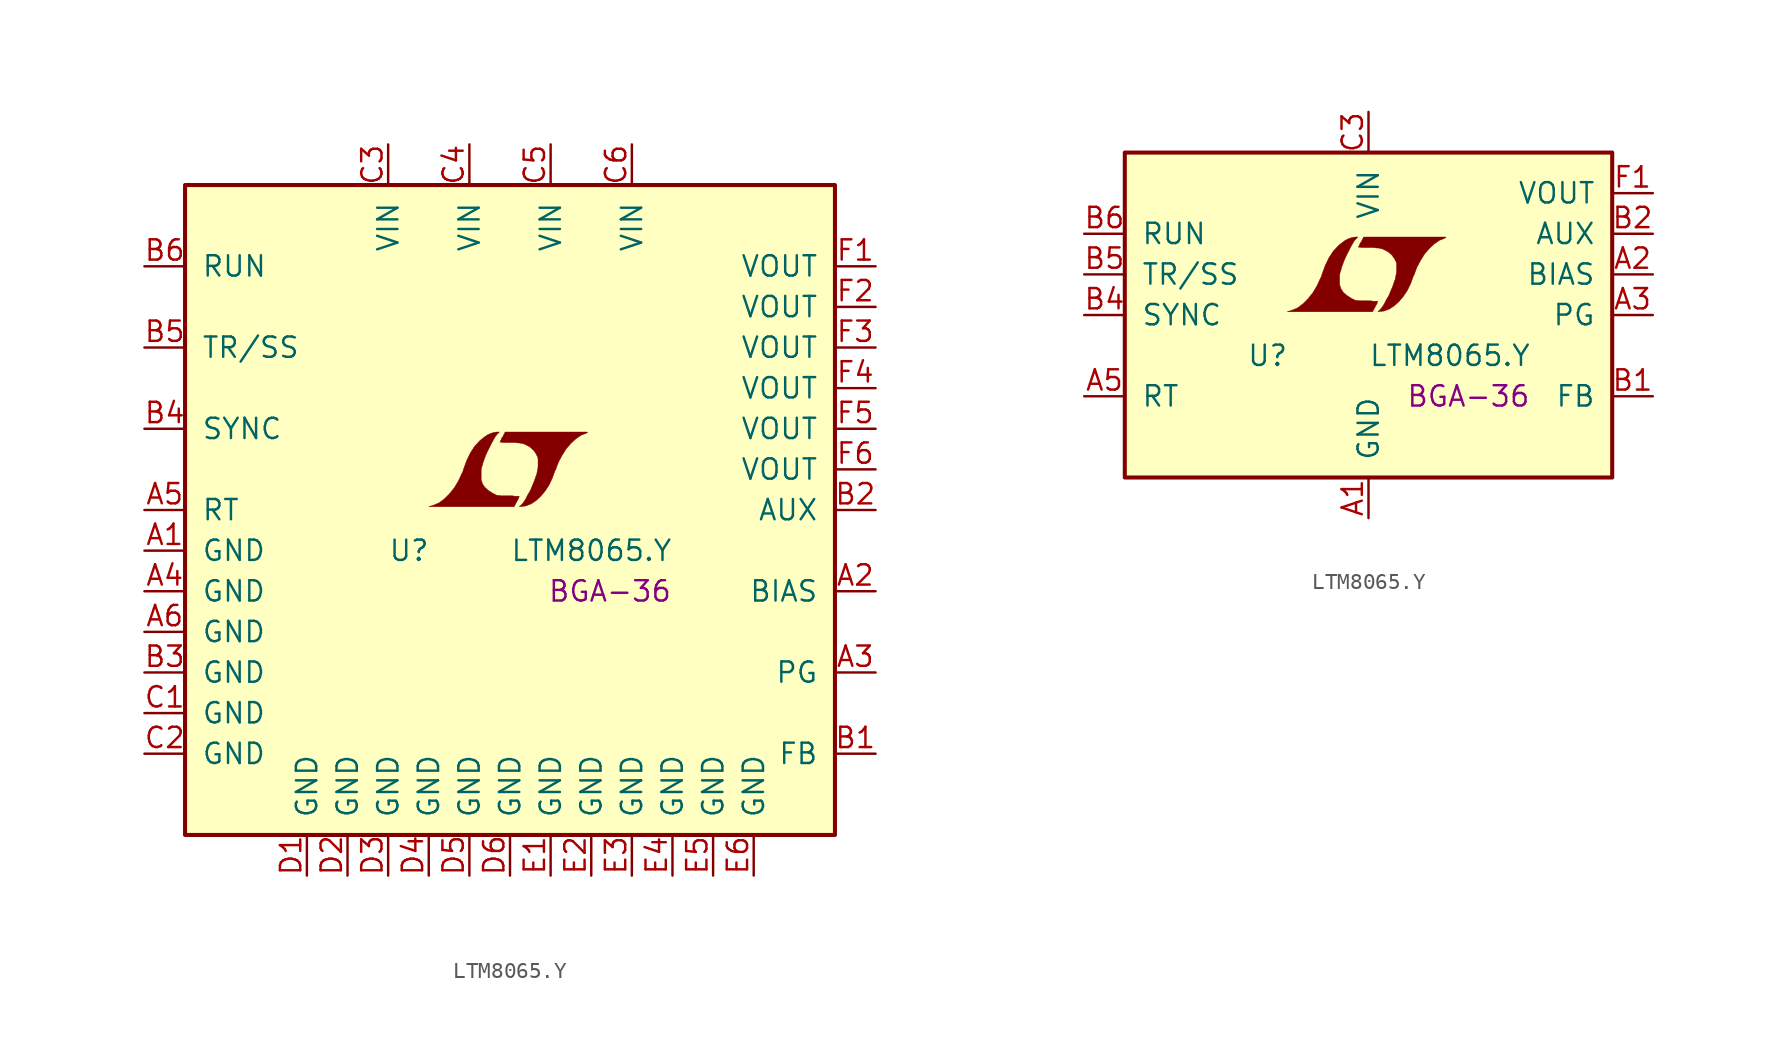
<source format=kicad_sym>
(kicad_symbol_lib
  (version 20201005)
  (generator kicad_symbol_editor)
  (symbol "LTM8065.Y"
    (pin_names
      (offset 1.016))
    (property "Reference" "U"
      (at -7.62 -2.54 0)
      (effects (font (size 1.27 1.27)) (justify left)))
    (property "Value" "LTM8065.Y"
      (at 0 -2.54 0)
      (effects (font (size 1.27 1.27)) (justify left)))
    (property "Footprint" "BGA-36"
      (at 10.16 -5.08 0)
      (effects (font (size 1.27 1.27)) (justify right)))
    (symbol "LTM8065.Y_0_0"
      (polyline (pts (xy 0.432 0.533) (xy 0.457 0.584) (xy 0.533 0.711) (xy 0.559 0.813) (xy 0.584 0.864) (xy 0.305 0.864) (xy 0.127 0.889) (xy -0.559 0.889) (xy -0.686 0.914) (xy -0.787 0.914) (xy -0.864 0.94) (xy -1.067 1.041) (xy -1.346 1.219) (xy -1.575 1.422) (xy -1.727 1.651) (xy -1.753 1.753) (xy -1.803 1.88) (xy -1.803 2.489) (xy -1.778 2.642) (xy -1.727 2.794) (xy -1.676 2.997) (xy -1.626 3.124) (xy -1.524 3.404) (xy -1.397 3.683) (xy -1.143 4.191) (xy -1.016 4.42) (xy -0.914 4.597) (xy -0.813 4.724) (xy -0.66 4.877) (xy -0.838 4.877) (xy -1.016 4.851) (xy -1.245 4.775) (xy -1.448 4.674) (xy -1.626 4.547) (xy -1.88 4.343) (xy -2.21 3.988) (xy -2.489 3.556) (xy -2.718 3.073) (xy -2.921 2.515) (xy -2.946 2.413) (xy -3.048 2.21) (xy -3.15 1.981) (xy -3.251 1.778) (xy -3.48 1.397) (xy -3.785 1.016) (xy -4.089 0.711) (xy -4.42 0.457) (xy -4.775 0.305) (xy -5.08 0.203) (xy 0.254 0.203) (xy 0.432 0.533)) (stroke (width 0.025)) (fill (type outline)))
      (polyline (pts (xy 0.813 0.229) (xy 0.991 0.254) (xy 1.321 0.381) (xy 1.626 0.584) (xy 1.905 0.838) (xy 2.184 1.168) (xy 2.438 1.549) (xy 2.642 1.981) (xy 2.819 2.464) (xy 2.845 2.489) (xy 3.023 2.972) (xy 3.251 3.404) (xy 3.505 3.81) (xy 3.81 4.166) (xy 4.115 4.445) (xy 4.445 4.674) (xy 4.775 4.801) (xy 4.775 4.826) (xy 4.826 4.826) (xy 4.851 4.851) (xy 4.826 4.877) (xy -0.305 4.877) (xy -0.457 4.572) (xy -0.508 4.521) (xy -0.559 4.394) (xy -0.635 4.242) (xy -0.559 4.242) (xy -0.432 4.216) (xy 0.305 4.216) (xy 0.483 4.191) (xy 0.61 4.191) (xy 0.711 4.166) (xy 0.838 4.14) (xy 0.965 4.089) (xy 1.245 3.937) (xy 1.473 3.734) (xy 1.651 3.48) (xy 1.676 3.404) (xy 1.727 3.327) (xy 1.753 3.2) (xy 1.753 2.692) (xy 1.727 2.54) (xy 1.702 2.413) (xy 1.676 2.261) (xy 1.6 2.057) (xy 1.524 1.829) (xy 1.27 1.219) (xy 1.118 0.965) (xy 0.991 0.711) (xy 0.864 0.508) (xy 0.762 0.381) (xy 0.584 0.203) (xy 0.813 0.229)) (stroke (width 0.025)) (fill (type outline))))
    (symbol "LTM8065.Y_0_1"
      (rectangle (start -20.32 20.32) (end 20.32 -20.32) (stroke (width 0.254)) (fill (type background))))
    (symbol "LTM8065.Y_0_2"
      (rectangle (start -15.24 10.16) (end 15.24 -10.16) (stroke (width 0.254)) (fill (type background))))
    (symbol "LTM8065.Y_1_1"
      (pin power_in line (at -22.86 -2.54 0) (length 2.54) (name "GND" (effects (font (size 1.27 1.27)))) (number "A1" (effects (font (size 1.27 1.27)))))
      (pin input line (at 22.86 -5.08 180) (length 2.54) (name "BIAS" (effects (font (size 1.27 1.27)))) (number "A2" (effects (font (size 1.27 1.27)))))
      (pin open_collector line (at 22.86 -10.16 180) (length 2.54) (name "PG" (effects (font (size 1.27 1.27)))) (number "A3" (effects (font (size 1.27 1.27)))))
      (pin power_in line (at -22.86 -5.08 0) (length 2.54) (name "GND" (effects (font (size 1.27 1.27)))) (number "A4" (effects (font (size 1.27 1.27)))))
      (pin passive line (at -22.86 0 0) (length 2.54) (name "RT" (effects (font (size 1.27 1.27)))) (number "A5" (effects (font (size 1.27 1.27)))))
      (pin power_in line (at -22.86 -7.62 0) (length 2.54) (name "GND" (effects (font (size 1.27 1.27)))) (number "A6" (effects (font (size 1.27 1.27)))))
      (pin passive line (at 22.86 -15.24 180) (length 2.54) (name "FB" (effects (font (size 1.27 1.27)))) (number "B1" (effects (font (size 1.27 1.27)))))
      (pin passive line (at 22.86 0 180) (length 2.54) (name "AUX" (effects (font (size 1.27 1.27)))) (number "B2" (effects (font (size 1.27 1.27)))))
      (pin power_in line (at -22.86 -10.16 0) (length 2.54) (name "GND" (effects (font (size 1.27 1.27)))) (number "B3" (effects (font (size 1.27 1.27)))))
      (pin input line (at -22.86 5.08 0) (length 2.54) (name "SYNC" (effects (font (size 1.27 1.27)))) (number "B4" (effects (font (size 1.27 1.27)))))
      (pin passive line (at -22.86 10.16 0) (length 2.54) (name "TR/SS" (effects (font (size 1.27 1.27)))) (number "B5" (effects (font (size 1.27 1.27)))))
      (pin input line (at -22.86 15.24 0) (length 2.54) (name "RUN" (effects (font (size 1.27 1.27)))) (number "B6" (effects (font (size 1.27 1.27)))))
      (pin power_in line (at -22.86 -12.7 0) (length 2.54) (name "GND" (effects (font (size 1.27 1.27)))) (number "C1" (effects (font (size 1.27 1.27)))))
      (pin power_in line (at -22.86 -15.24 0) (length 2.54) (name "GND" (effects (font (size 1.27 1.27)))) (number "C2" (effects (font (size 1.27 1.27)))))
      (pin power_in line (at -7.62 22.86 270) (length 2.54) (name "VIN" (effects (font (size 1.27 1.27)))) (number "C3" (effects (font (size 1.27 1.27)))))
      (pin power_in line (at -2.54 22.86 270) (length 2.54) (name "VIN" (effects (font (size 1.27 1.27)))) (number "C4" (effects (font (size 1.27 1.27)))))
      (pin power_in line (at 2.54 22.86 270) (length 2.54) (name "VIN" (effects (font (size 1.27 1.27)))) (number "C5" (effects (font (size 1.27 1.27)))))
      (pin power_in line (at 7.62 22.86 270) (length 2.54) (name "VIN" (effects (font (size 1.27 1.27)))) (number "C6" (effects (font (size 1.27 1.27)))))
      (pin power_in line (at -12.7 -22.86 90) (length 2.54) (name "GND" (effects (font (size 1.27 1.27)))) (number "D1" (effects (font (size 1.27 1.27)))))
      (pin power_in line (at -10.16 -22.86 90) (length 2.54) (name "GND" (effects (font (size 1.27 1.27)))) (number "D2" (effects (font (size 1.27 1.27)))))
      (pin power_in line (at -7.62 -22.86 90) (length 2.54) (name "GND" (effects (font (size 1.27 1.27)))) (number "D3" (effects (font (size 1.27 1.27)))))
      (pin power_in line (at -5.08 -22.86 90) (length 2.54) (name "GND" (effects (font (size 1.27 1.27)))) (number "D4" (effects (font (size 1.27 1.27)))))
      (pin power_in line (at -2.54 -22.86 90) (length 2.54) (name "GND" (effects (font (size 1.27 1.27)))) (number "D5" (effects (font (size 1.27 1.27)))))
      (pin power_in line (at 0 -22.86 90) (length 2.54) (name "GND" (effects (font (size 1.27 1.27)))) (number "D6" (effects (font (size 1.27 1.27)))))
      (pin power_in line (at 2.54 -22.86 90) (length 2.54) (name "GND" (effects (font (size 1.27 1.27)))) (number "E1" (effects (font (size 1.27 1.27)))))
      (pin power_in line (at 5.08 -22.86 90) (length 2.54) (name "GND" (effects (font (size 1.27 1.27)))) (number "E2" (effects (font (size 1.27 1.27)))))
      (pin power_in line (at 7.62 -22.86 90) (length 2.54) (name "GND" (effects (font (size 1.27 1.27)))) (number "E3" (effects (font (size 1.27 1.27)))))
      (pin power_in line (at 10.16 -22.86 90) (length 2.54) (name "GND" (effects (font (size 1.27 1.27)))) (number "E4" (effects (font (size 1.27 1.27)))))
      (pin power_in line (at 12.7 -22.86 90) (length 2.54) (name "GND" (effects (font (size 1.27 1.27)))) (number "E5" (effects (font (size 1.27 1.27)))))
      (pin power_in line (at 15.24 -22.86 90) (length 2.54) (name "GND" (effects (font (size 1.27 1.27)))) (number "E6" (effects (font (size 1.27 1.27)))))
      (pin power_out line (at 22.86 15.24 180) (length 2.54) (name "VOUT" (effects (font (size 1.27 1.27)))) (number "F1" (effects (font (size 1.27 1.27)))))
      (pin passive line (at 22.86 12.7 180) (length 2.54) (name "VOUT" (effects (font (size 1.27 1.27)))) (number "F2" (effects (font (size 1.27 1.27)))))
      (pin passive line (at 22.86 10.16 180) (length 2.54) (name "VOUT" (effects (font (size 1.27 1.27)))) (number "F3" (effects (font (size 1.27 1.27)))))
      (pin passive line (at 22.86 7.62 180) (length 2.54) (name "VOUT" (effects (font (size 1.27 1.27)))) (number "F4" (effects (font (size 1.27 1.27)))))
      (pin passive line (at 22.86 5.08 180) (length 2.54) (name "VOUT" (effects (font (size 1.27 1.27)))) (number "F5" (effects (font (size 1.27 1.27)))))
      (pin passive line (at 22.86 2.54 180) (length 2.54) (name "VOUT" (effects (font (size 1.27 1.27)))) (number "F6" (effects (font (size 1.27 1.27))))))
    (symbol "LTM8065.Y_1_2"
      (pin power_in line (at 0 -12.7 90) (length 2.54) (name "GND" (effects (font (size 1.27 1.27)))) (number "A1" (effects (font (size 1.27 1.27)))))
      (pin input line (at 17.78 2.54 180) (length 2.54) (name "BIAS" (effects (font (size 1.27 1.27)))) (number "A2" (effects (font (size 1.27 1.27)))))
      (pin open_collector line (at 17.78 0 180) (length 2.54) (name "PG" (effects (font (size 1.27 1.27)))) (number "A3" (effects (font (size 1.27 1.27)))))
      (pin passive line (at 0 -12.7 90) (length 2.54) hide (name "GND" (effects (font (size 1.27 1.27)))) (number "A4" (effects (font (size 1.27 1.27)))))
      (pin passive line (at -17.78 -5.08 0) (length 2.54) (name "RT" (effects (font (size 1.27 1.27)))) (number "A5" (effects (font (size 1.27 1.27)))))
      (pin passive line (at 0 -12.7 90) (length 2.54) hide (name "GND" (effects (font (size 1.27 1.27)))) (number "A6" (effects (font (size 1.27 1.27)))))
      (pin passive line (at 17.78 -5.08 180) (length 2.54) (name "FB" (effects (font (size 1.27 1.27)))) (number "B1" (effects (font (size 1.27 1.27)))))
      (pin passive line (at 17.78 5.08 180) (length 2.54) (name "AUX" (effects (font (size 1.27 1.27)))) (number "B2" (effects (font (size 1.27 1.27)))))
      (pin passive line (at 0 -12.7 90) (length 2.54) hide (name "GND" (effects (font (size 1.27 1.27)))) (number "B3" (effects (font (size 1.27 1.27)))))
      (pin input line (at -17.78 0 0) (length 2.54) (name "SYNC" (effects (font (size 1.27 1.27)))) (number "B4" (effects (font (size 1.27 1.27)))))
      (pin passive line (at -17.78 2.54 0) (length 2.54) (name "TR/SS" (effects (font (size 1.27 1.27)))) (number "B5" (effects (font (size 1.27 1.27)))))
      (pin input line (at -17.78 5.08 0) (length 2.54) (name "RUN" (effects (font (size 1.27 1.27)))) (number "B6" (effects (font (size 1.27 1.27)))))
      (pin passive line (at 0 -12.7 90) (length 2.54) hide (name "GND" (effects (font (size 1.27 1.27)))) (number "C1" (effects (font (size 1.27 1.27)))))
      (pin passive line (at 0 -12.7 90) (length 2.54) hide (name "GND" (effects (font (size 1.27 1.27)))) (number "C2" (effects (font (size 1.27 1.27)))))
      (pin power_in line (at 0 12.7 270) (length 2.54) (name "VIN" (effects (font (size 1.27 1.27)))) (number "C3" (effects (font (size 1.27 1.27)))))
      (pin passive line (at 0 12.7 270) (length 2.54) hide (name "VIN" (effects (font (size 1.27 1.27)))) (number "C4" (effects (font (size 1.27 1.27)))))
      (pin passive line (at 0 12.7 270) (length 2.54) hide (name "VIN" (effects (font (size 1.27 1.27)))) (number "C5" (effects (font (size 1.27 1.27)))))
      (pin passive line (at 0 12.7 270) (length 2.54) hide (name "VIN" (effects (font (size 1.27 1.27)))) (number "C6" (effects (font (size 1.27 1.27)))))
      (pin passive line (at 0 -12.7 90) (length 2.54) hide (name "GND" (effects (font (size 1.27 1.27)))) (number "D1" (effects (font (size 1.27 1.27)))))
      (pin passive line (at 0 -12.7 90) (length 2.54) hide (name "GND" (effects (font (size 1.27 1.27)))) (number "D2" (effects (font (size 1.27 1.27)))))
      (pin passive line (at 0 -12.7 90) (length 2.54) hide (name "GND" (effects (font (size 1.27 1.27)))) (number "D3" (effects (font (size 1.27 1.27)))))
      (pin passive line (at 0 -12.7 90) (length 2.54) hide (name "GND" (effects (font (size 1.27 1.27)))) (number "D4" (effects (font (size 1.27 1.27)))))
      (pin passive line (at 0 -12.7 90) (length 2.54) hide (name "GND" (effects (font (size 1.27 1.27)))) (number "D5" (effects (font (size 1.27 1.27)))))
      (pin passive line (at 0 -12.7 90) (length 2.54) hide (name "GND" (effects (font (size 1.27 1.27)))) (number "D6" (effects (font (size 1.27 1.27)))))
      (pin passive line (at 0 -12.7 90) (length 2.54) hide (name "GND" (effects (font (size 1.27 1.27)))) (number "E1" (effects (font (size 1.27 1.27)))))
      (pin passive line (at 0 -12.7 90) (length 2.54) hide (name "GND" (effects (font (size 1.27 1.27)))) (number "E2" (effects (font (size 1.27 1.27)))))
      (pin passive line (at 0 -12.7 90) (length 2.54) hide (name "GND" (effects (font (size 1.27 1.27)))) (number "E3" (effects (font (size 1.27 1.27)))))
      (pin passive line (at 0 -12.7 90) (length 2.54) hide (name "GND" (effects (font (size 1.27 1.27)))) (number "E4" (effects (font (size 1.27 1.27)))))
      (pin passive line (at 0 -12.7 90) (length 2.54) hide (name "GND" (effects (font (size 1.27 1.27)))) (number "E5" (effects (font (size 1.27 1.27)))))
      (pin passive line (at 0 -12.7 90) (length 2.54) hide (name "GND" (effects (font (size 1.27 1.27)))) (number "E6" (effects (font (size 1.27 1.27)))))
      (pin power_out line (at 17.78 7.62 180) (length 2.54) (name "VOUT" (effects (font (size 1.27 1.27)))) (number "F1" (effects (font (size 1.27 1.27)))))
      (pin passive line (at 17.78 7.62 180) (length 2.54) hide (name "VOUT" (effects (font (size 1.27 1.27)))) (number "F2" (effects (font (size 1.27 1.27)))))
      (pin passive line (at 17.78 7.62 180) (length 2.54) hide (name "VOUT" (effects (font (size 1.27 1.27)))) (number "F3" (effects (font (size 1.27 1.27)))))
      (pin passive line (at 17.78 7.62 180) (length 2.54) hide (name "VOUT" (effects (font (size 1.27 1.27)))) (number "F4" (effects (font (size 1.27 1.27)))))
      (pin passive line (at 17.78 7.62 180) (length 2.54) hide (name "VOUT" (effects (font (size 1.27 1.27)))) (number "F5" (effects (font (size 1.27 1.27)))))
      (pin passive line (at 17.78 7.62 180) (length 2.54) hide (name "VOUT" (effects (font (size 1.27 1.27)))) (number "F6" (effects (font (size 1.27 1.27))))))))
</source>
